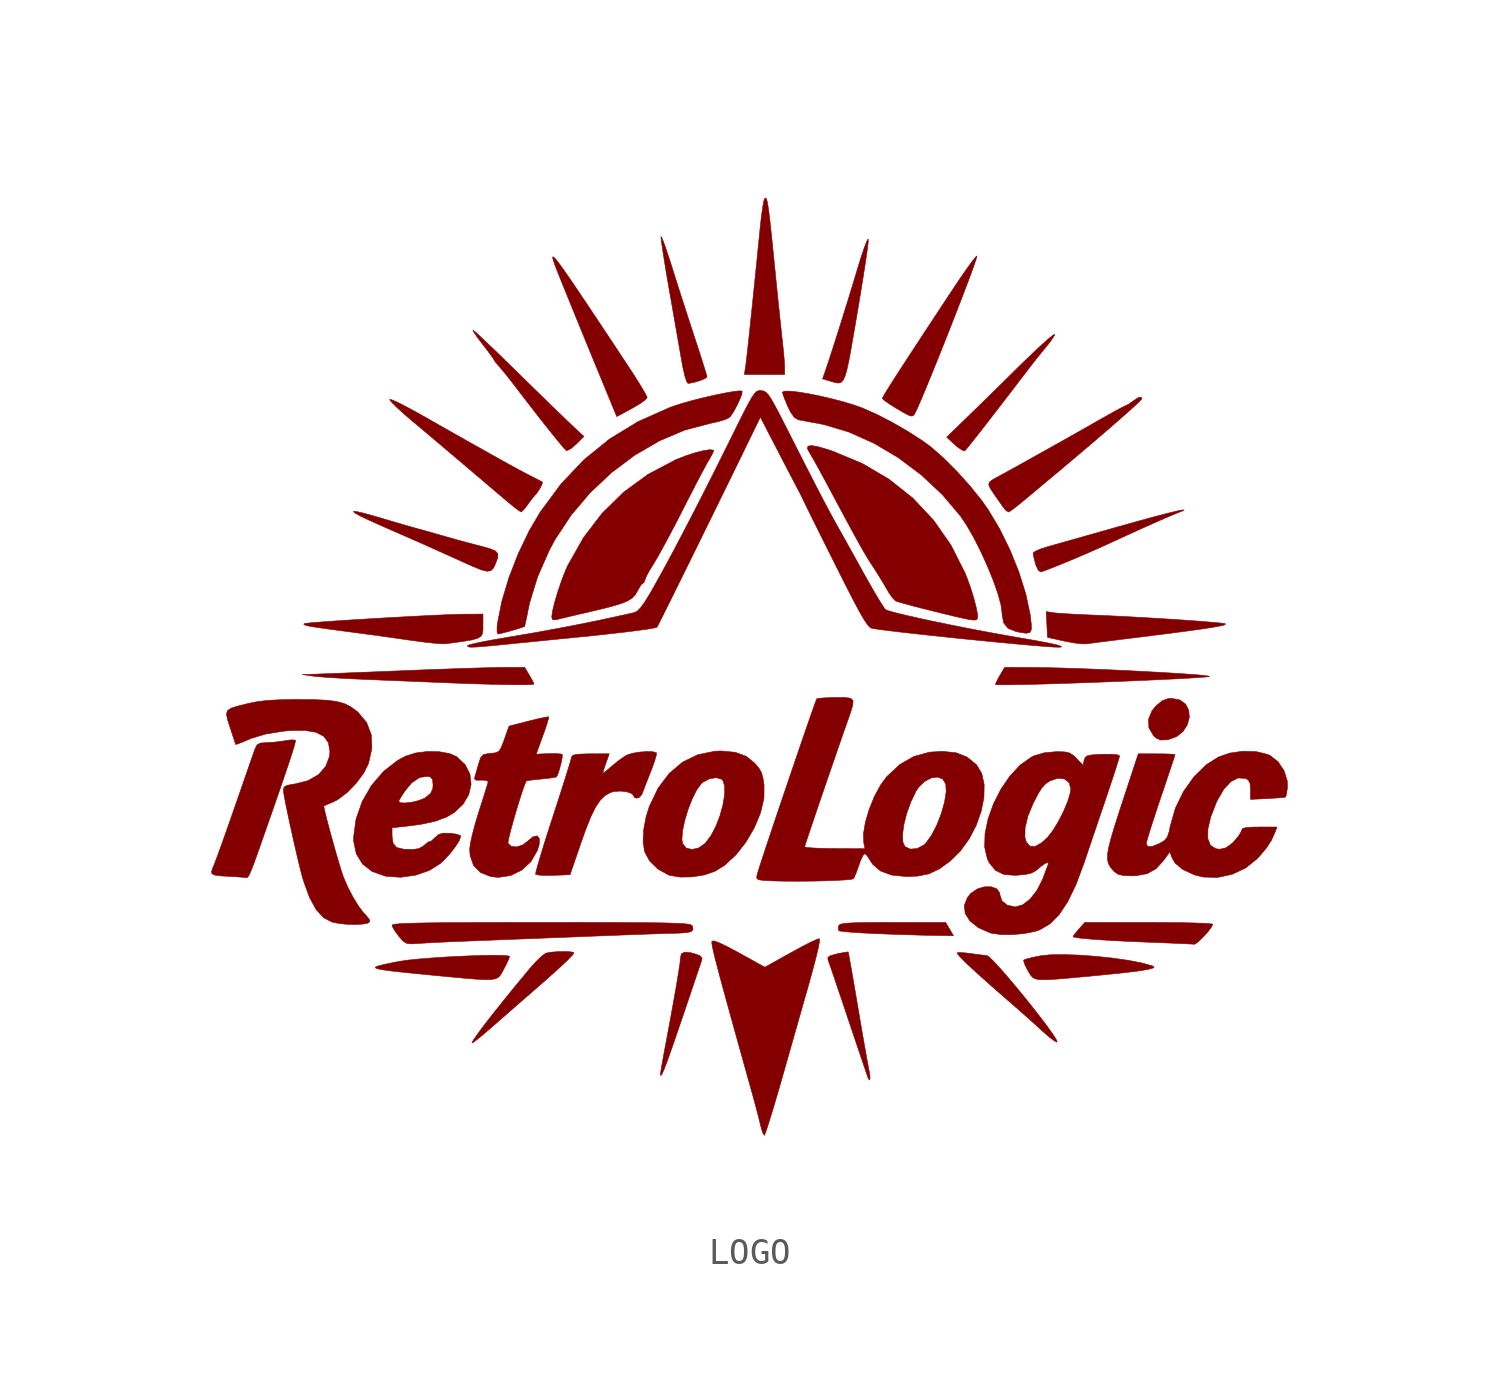
<source format=kicad_sym>
(kicad_symbol_lib
  (version 20220914)
  (generator "bitmap2component")
  (generator_version "9.0")
  (symbol "LOGO"
    (pin_names
      (offset 1.016))
    (property "Reference" "#G"
      (at 0 26.458 0)
      (effects (font (size 1.27 1.27)) hide))
    (symbol "LOGO_0_0"
      (polyline (pts (xy -0.009 -17.86) (xy 0.037 -17.746) (xy 0.121 -17.494) (xy 0.237 -17.125) (xy 0.378 -16.659) (xy 0.538 -16.115) (xy 0.71 -15.515) (xy 0.717 -15.491) (xy 0.9 -14.848) (xy 1.077 -14.224) (xy 1.242 -13.647) (xy 1.384 -13.146) (xy 1.497 -12.75) (xy 1.572 -12.488) (xy 1.605 -12.373) (xy 1.797 -11.687) (xy 1.943 -11.136) (xy 2.042 -10.727) (xy 2.091 -10.466) (xy 2.09 -10.359) (xy 2.078 -10.357) (xy 1.952 -10.402) (xy 1.715 -10.512) (xy 1.397 -10.676) (xy 1.024 -10.879) (xy 0.006 -11.446) (xy -0.992 -10.895) (xy -1.017 -10.881) (xy -1.457 -10.647) (xy -1.764 -10.501) (xy -1.948 -10.44) (xy -2.016 -10.46) (xy -2.018 -10.47) (xy -2.017 -10.529) (xy -2.003 -10.629) (xy -1.971 -10.782) (xy -1.921 -10.998) (xy -1.847 -11.289) (xy -1.748 -11.665) (xy -1.621 -12.138) (xy -1.462 -12.719) (xy -1.269 -13.419) (xy -1.039 -14.248) (xy -0.768 -15.219) (xy -0.455 -16.341) (xy -0.431 -16.428) (xy -0.325 -16.819) (xy -0.229 -17.188) (xy -0.162 -17.462) (xy -0.128 -17.6) (xy -0.064 -17.79) (xy -0.014 -17.864) (xy -0.009 -17.86)) (stroke (width 0.01) (type default)) (fill (type outline)))
      (polyline (pts (xy 4.019 -15.725) (xy 4.017 -15.587) (xy 3.979 -15.365) (xy 3.958 -15.26) (xy 3.907 -14.985) (xy 3.836 -14.589) (xy 3.75 -14.101) (xy 3.655 -13.546) (xy 3.554 -12.954) (xy 3.477 -12.502) (xy 3.387 -11.976) (xy 3.309 -11.527) (xy 3.247 -11.177) (xy 3.206 -10.949) (xy 3.188 -10.864) (xy 3.157 -10.865) (xy 3.003 -10.889) (xy 2.766 -10.936) (xy 2.747 -10.94) (xy 2.512 -11.003) (xy 2.412 -11.071) (xy 2.417 -11.163) (xy 2.453 -11.264) (xy 2.538 -11.507) (xy 2.66 -11.867) (xy 2.814 -12.321) (xy 2.992 -12.846) (xy 3.184 -13.42) (xy 3.363 -13.952) (xy 3.54 -14.479) (xy 3.694 -14.935) (xy 3.817 -15.297) (xy 3.901 -15.545) (xy 3.939 -15.654) (xy 3.989 -15.751) (xy 4.019 -15.725)) (stroke (width 0.01) (type default)) (fill (type outline)))
      (polyline (pts (xy -3.918 -15.523) (xy -3.844 -15.355) (xy -3.734 -15.069) (xy -3.585 -14.655) (xy -3.393 -14.101) (xy -3.152 -13.396) (xy -2.979 -12.886) (xy -2.801 -12.358) (xy -2.646 -11.898) (xy -2.522 -11.53) (xy -2.437 -11.277) (xy -2.398 -11.16) (xy -2.393 -11.089) (xy -2.479 -11.002) (xy -2.703 -10.924) (xy -2.825 -10.894) (xy -3.06 -10.871) (xy -3.183 -10.939) (xy -3.217 -11.11) (xy -3.217 -11.113) (xy -3.235 -11.293) (xy -3.285 -11.629) (xy -3.365 -12.112) (xy -3.474 -12.733) (xy -3.61 -13.482) (xy -3.772 -14.351) (xy -3.788 -14.434) (xy -3.863 -14.84) (xy -3.924 -15.18) (xy -3.965 -15.421) (xy -3.979 -15.529) (xy -3.979 -15.549) (xy -3.962 -15.584) (xy -3.918 -15.523)) (stroke (width 0.01) (type default)) (fill (type outline)))
      (polyline (pts (xy -11.119 -14.313) (xy -10.96 -14.193) (xy -10.724 -13.998) (xy -10.435 -13.75) (xy -10.185 -13.531) (xy -9.75 -13.151) (xy -9.297 -12.755) (xy -8.89 -12.402) (xy -8.309 -11.894) (xy -7.858 -11.489) (xy -7.537 -11.189) (xy -7.345 -10.992) (xy -7.281 -10.897) (xy -7.295 -10.882) (xy -7.424 -10.857) (xy -7.647 -10.847) (xy -7.91 -10.853) (xy -8.161 -10.874) (xy -8.346 -10.909) (xy -8.377 -10.924) (xy -8.534 -11.045) (xy -8.748 -11.255) (xy -8.981 -11.516) (xy -9.065 -11.618) (xy -9.564 -12.223) (xy -10.014 -12.777) (xy -10.405 -13.269) (xy -10.727 -13.684) (xy -10.97 -14.01) (xy -11.123 -14.233) (xy -11.176 -14.341) (xy -11.119 -14.313)) (stroke (width 0.01) (type default)) (fill (type outline)))
      (polyline (pts (xy 11.165 -14.294) (xy 11.116 -14.184) (xy 10.98 -13.975) (xy 10.774 -13.688) (xy 10.514 -13.345) (xy 10.216 -12.965) (xy 9.898 -12.568) (xy 9.576 -12.177) (xy 9.266 -11.809) (xy 8.986 -11.488) (xy 8.75 -11.232) (xy 8.577 -11.063) (xy 8.483 -11.001) (xy 8.393 -10.993) (xy 8.161 -10.966) (xy 7.874 -10.926) (xy 7.681 -10.902) (xy 7.46 -10.885) (xy 7.349 -10.893) (xy 7.358 -10.934) (xy 7.481 -11.08) (xy 7.732 -11.329) (xy 8.114 -11.681) (xy 8.625 -12.138) (xy 9.269 -12.7) (xy 9.337 -12.759) (xy 9.715 -13.09) (xy 10.081 -13.414) (xy 10.397 -13.697) (xy 10.623 -13.905) (xy 10.625 -13.906) (xy 10.853 -14.108) (xy 11.043 -14.251) (xy 11.155 -14.307) (xy 11.165 -14.294)) (stroke (width 0.01) (type default)) (fill (type outline)))
      (polyline (pts (xy -10.454 -11.918) (xy -10.289 -11.892) (xy -10.177 -11.842) (xy -10.099 -11.765) (xy -10.034 -11.66) (xy -9.962 -11.524) (xy -9.871 -11.352) (xy -9.774 -11.147) (xy -9.737 -11.037) (xy -9.786 -11.015) (xy -9.98 -10.997) (xy -10.294 -10.991) (xy -10.702 -10.996) (xy -11.177 -11.01) (xy -11.692 -11.031) (xy -12.22 -11.06) (xy -12.735 -11.095) (xy -13.209 -11.134) (xy -13.616 -11.176) (xy -13.928 -11.221) (xy -14.174 -11.267) (xy -14.5 -11.335) (xy -14.738 -11.395) (xy -14.848 -11.436) (xy -14.861 -11.454) (xy -14.835 -11.485) (xy -14.736 -11.517) (xy -14.546 -11.551) (xy -14.251 -11.591) (xy -13.834 -11.637) (xy -13.28 -11.694) (xy -12.573 -11.762) (xy -12.049 -11.812) (xy -11.47 -11.866) (xy -11.024 -11.903) (xy -10.692 -11.921) (xy -10.454 -11.918)) (stroke (width 0.01) (type default)) (fill (type outline)))
      (polyline (pts (xy 10.987 -11.913) (xy 11.396 -11.881) (xy 11.934 -11.832) (xy 12.62 -11.768) (xy 13.057 -11.726) (xy 13.719 -11.657) (xy 14.224 -11.596) (xy 14.578 -11.541) (xy 14.79 -11.492) (xy 14.867 -11.446) (xy 14.817 -11.404) (xy 14.79 -11.394) (xy 14.393 -11.284) (xy 13.875 -11.184) (xy 13.277 -11.098) (xy 12.64 -11.031) (xy 12.004 -10.984) (xy 11.411 -10.964) (xy 10.901 -10.972) (xy 10.515 -11.013) (xy 10.223 -11.073) (xy 9.998 -11.13) (xy 9.891 -11.169) (xy 9.885 -11.209) (xy 9.935 -11.362) (xy 10.048 -11.578) (xy 10.095 -11.66) (xy 10.159 -11.762) (xy 10.23 -11.839) (xy 10.328 -11.89) (xy 10.473 -11.919) (xy 10.686 -11.926) (xy 10.987 -11.913)) (stroke (width 0.01) (type default)) (fill (type outline)))
      (polyline (pts (xy -13.225 -10.541) (xy -13.177 -10.538) (xy -12.88 -10.519) (xy -12.473 -10.498) (xy -12.002 -10.476) (xy -11.515 -10.456) (xy -11.261 -10.446) (xy -10.778 -10.427) (xy -10.178 -10.404) (xy -9.489 -10.377) (xy -8.742 -10.348) (xy -7.968 -10.317) (xy -7.197 -10.287) (xy -6.564 -10.262) (xy -5.846 -10.234) (xy -5.175 -10.209) (xy -4.575 -10.187) (xy -4.071 -10.17) (xy -3.687 -10.157) (xy -3.448 -10.151) (xy -3.219 -10.144) (xy -2.937 -10.121) (xy -2.784 -10.075) (xy -2.733 -9.995) (xy -2.76 -9.871) (xy -2.774 -9.852) (xy -2.818 -9.828) (xy -2.902 -9.807) (xy -3.037 -9.79) (xy -3.236 -9.776) (xy -3.51 -9.765) (xy -3.87 -9.755) (xy -4.329 -9.749) (xy -4.899 -9.744) (xy -5.591 -9.74) (xy -6.417 -9.738) (xy -7.389 -9.737) (xy -8.518 -9.737) (xy -8.522 -9.737) (xy -9.682 -9.737) (xy -10.683 -9.739) (xy -11.535 -9.742) (xy -12.249 -9.747) (xy -12.835 -9.754) (xy -13.302 -9.763) (xy -13.661 -9.774) (xy -13.923 -9.787) (xy -14.097 -9.803) (xy -14.194 -9.822) (xy -14.224 -9.844) (xy -14.211 -9.893) (xy -14.118 -10.059) (xy -13.965 -10.266) (xy -13.961 -10.271) (xy -13.807 -10.446) (xy -13.675 -10.533) (xy -13.502 -10.557) (xy -13.225 -10.541)) (stroke (width 0.01) (type default)) (fill (type outline)))
      (polyline (pts (xy 16.431 -10.561) (xy 16.563 -10.463) (xy 16.737 -10.294) (xy 16.913 -10.098) (xy 17.048 -9.921) (xy 17.103 -9.806) (xy 17.098 -9.802) (xy 16.979 -9.784) (xy 16.718 -9.769) (xy 16.334 -9.756) (xy 15.849 -9.745) (xy 15.285 -9.739) (xy 14.661 -9.737) (xy 12.22 -9.737) (xy 11.994 -9.99) (xy 11.946 -10.044) (xy 11.819 -10.199) (xy 11.769 -10.279) (xy 11.783 -10.291) (xy 11.931 -10.323) (xy 12.229 -10.357) (xy 12.663 -10.391) (xy 13.22 -10.427) (xy 13.886 -10.461) (xy 14.647 -10.493) (xy 14.7 -10.495) (xy 15.211 -10.515) (xy 15.665 -10.534) (xy 16.032 -10.55) (xy 16.285 -10.563) (xy 16.398 -10.57) (xy 16.431 -10.561)) (stroke (width 0.01) (type default)) (fill (type outline)))
      (polyline (pts (xy 7.056 -9.991) (xy 6.906 -9.737) (xy 4.89 -9.737) (xy 4.761 -9.737) (xy 4.144 -9.738) (xy 3.674 -9.744) (xy 3.329 -9.754) (xy 3.092 -9.77) (xy 2.942 -9.793) (xy 2.859 -9.825) (xy 2.823 -9.867) (xy 2.806 -9.937) (xy 2.827 -10.052) (xy 2.859 -10.063) (xy 3.033 -10.087) (xy 3.331 -10.113) (xy 3.72 -10.139) (xy 4.171 -10.161) (xy 4.266 -10.165) (xy 4.819 -10.187) (xy 5.39 -10.206) (xy 5.915 -10.222) (xy 6.334 -10.231) (xy 7.206 -10.245) (xy 7.056 -9.991)) (stroke (width 0.01) (type default)) (fill (type outline)))
      (polyline (pts (xy 9.92 -10.16) (xy 10.34 -10.075) (xy 10.498 -10.021) (xy 10.884 -9.795) (xy 11.239 -9.44) (xy 11.568 -8.944) (xy 11.88 -8.298) (xy 12.181 -7.493) (xy 12.287 -7.18) (xy 12.436 -6.737) (xy 12.613 -6.215) (xy 12.803 -5.655) (xy 12.992 -5.097) (xy 13.03 -4.985) (xy 13.194 -4.496) (xy 13.336 -4.066) (xy 13.447 -3.719) (xy 13.521 -3.482) (xy 13.547 -3.379) (xy 13.546 -3.377) (xy 13.461 -3.337) (xy 13.235 -3.317) (xy 12.894 -3.32) (xy 12.739 -3.326) (xy 12.466 -3.345) (xy 12.31 -3.38) (xy 12.232 -3.441) (xy 12.195 -3.54) (xy 12.149 -3.736) (xy 11.901 -3.477) (xy 11.784 -3.363) (xy 11.633 -3.268) (xy 11.439 -3.227) (xy 11.139 -3.219) (xy 10.67 -3.263) (xy 10.27 -3.382) (xy 10.173 -3.43) (xy 9.751 -3.731) (xy 9.361 -4.148) (xy 9.018 -4.649) (xy 8.735 -5.203) (xy 8.528 -5.778) (xy 8.41 -6.342) (xy 8.406 -6.487) (xy 9.932 -6.487) (xy 9.938 -6.125) (xy 10.044 -5.686) (xy 10.243 -5.201) (xy 10.259 -5.168) (xy 10.44 -4.821) (xy 10.588 -4.59) (xy 10.73 -4.44) (xy 10.895 -4.332) (xy 11.184 -4.235) (xy 11.439 -4.26) (xy 11.617 -4.398) (xy 11.684 -4.637) (xy 11.667 -4.78) (xy 11.572 -5.102) (xy 11.415 -5.483) (xy 11.217 -5.873) (xy 11.003 -6.225) (xy 10.797 -6.489) (xy 10.579 -6.691) (xy 10.322 -6.838) (xy 10.121 -6.825) (xy 9.978 -6.653) (xy 9.932 -6.487) (xy 8.406 -6.487) (xy 8.395 -6.864) (xy 8.499 -7.312) (xy 8.565 -7.451) (xy 8.806 -7.75) (xy 9.135 -7.91) (xy 9.566 -7.939) (xy 9.67 -7.932) (xy 9.974 -7.902) (xy 10.177 -7.855) (xy 10.332 -7.774) (xy 10.495 -7.641) (xy 10.544 -7.599) (xy 10.711 -7.482) (xy 10.815 -7.451) (xy 10.823 -7.516) (xy 10.796 -7.587) (xy 10.722 -7.781) (xy 10.626 -8.042) (xy 10.601 -8.105) (xy 10.39 -8.518) (xy 10.129 -8.848) (xy 9.846 -9.065) (xy 9.566 -9.144) (xy 9.545 -9.144) (xy 9.254 -9.076) (xy 9.051 -8.909) (xy 8.975 -8.674) (xy 8.964 -8.597) (xy 8.848 -8.448) (xy 8.637 -8.375) (xy 8.376 -8.379) (xy 8.105 -8.464) (xy 7.867 -8.63) (xy 7.739 -8.784) (xy 7.619 -9.089) (xy 7.653 -9.394) (xy 7.832 -9.681) (xy 8.148 -9.933) (xy 8.592 -10.132) (xy 8.658 -10.151) (xy 9.016 -10.2) (xy 9.458 -10.202) (xy 9.92 -10.16)) (stroke (width 0.01) (type default)) (fill (type outline)))
      (polyline (pts (xy -15.349 -9.802) (xy -15.148 -9.765) (xy -15.071 -9.705) (xy -15.097 -9.616) (xy -15.212 -9.472) (xy -15.304 -9.38) (xy -15.502 -9.116) (xy -15.715 -8.769) (xy -15.916 -8.385) (xy -16.076 -8.013) (xy -16.078 -8.008) (xy -16.152 -7.788) (xy -16.249 -7.473) (xy -16.36 -7.093) (xy -16.476 -6.683) (xy -16.589 -6.274) (xy -16.689 -5.898) (xy -16.768 -5.587) (xy -16.816 -5.375) (xy -16.826 -5.292) (xy -16.8 -5.281) (xy -16.66 -5.219) (xy -16.441 -5.124) (xy -16.285 -5.042) (xy -15.933 -4.774) (xy -15.591 -4.423) (xy -15.305 -4.038) (xy -15.122 -3.671) (xy -14.994 -3.101) (xy -15.016 -2.575) (xy -15.191 -2.112) (xy -15.517 -1.722) (xy -15.598 -1.652) (xy -15.818 -1.495) (xy -16.055 -1.381) (xy -16.339 -1.304) (xy -16.701 -1.257) (xy -17.171 -1.234) (xy -17.78 -1.228) (xy -17.991 -1.228) (xy -18.56 -1.24) (xy -19.015 -1.268) (xy -19.394 -1.315) (xy -19.739 -1.386) (xy -20.109 -1.478) (xy -20.368 -1.56) (xy -20.506 -1.653) (xy -20.544 -1.789) (xy -20.503 -1.995) (xy -20.405 -2.301) (xy -20.383 -2.367) (xy -20.289 -2.652) (xy -20.22 -2.858) (xy -20.19 -2.943) (xy -20.12 -2.926) (xy -19.936 -2.855) (xy -19.68 -2.746) (xy -19.591 -2.709) (xy -19.048 -2.547) (xy -18.388 -2.44) (xy -18.123 -2.415) (xy -17.552 -2.408) (xy -17.121 -2.481) (xy -16.823 -2.638) (xy -16.651 -2.881) (xy -16.595 -3.215) (xy -16.61 -3.396) (xy -16.753 -3.78) (xy -17.033 -4.096) (xy -17.429 -4.325) (xy -17.923 -4.451) (xy -18.019 -4.463) (xy -18.242 -4.509) (xy -18.347 -4.574) (xy -18.373 -4.68) (xy -18.372 -4.689) (xy -18.35 -4.851) (xy -18.296 -5.14) (xy -18.218 -5.526) (xy -18.122 -5.974) (xy -18.017 -6.454) (xy -17.909 -6.931) (xy -17.805 -7.375) (xy -17.713 -7.752) (xy -17.639 -8.03) (xy -17.599 -8.164) (xy -17.373 -8.787) (xy -17.119 -9.25) (xy -16.832 -9.56) (xy -16.51 -9.725) (xy -16.274 -9.773) (xy -15.956 -9.807) (xy -15.633 -9.816) (xy -15.349 -9.802)) (stroke (width 0.01) (type default)) (fill (type outline)))
      (polyline (pts (xy 1.8 -8.161) (xy 2.271 -8.15) (xy 2.695 -8.136) (xy 3.043 -8.117) (xy 3.284 -8.095) (xy 3.386 -8.071) (xy 3.423 -8.008) (xy 3.503 -7.816) (xy 3.595 -7.556) (xy 3.66 -7.375) (xy 3.749 -7.186) (xy 3.815 -7.112) (xy 3.819 -7.112) (xy 3.909 -7.188) (xy 4.016 -7.356) (xy 4.115 -7.511) (xy 4.422 -7.775) (xy 4.855 -7.933) (xy 5.419 -7.987) (xy 5.843 -7.969) (xy 6.274 -7.88) (xy 6.667 -7.695) (xy 7.087 -7.39) (xy 7.465 -7.017) (xy 7.805 -6.548) (xy 8.074 -6.031) (xy 8.264 -5.495) (xy 8.368 -4.966) (xy 8.377 -4.475) (xy 8.285 -4.05) (xy 8.083 -3.718) (xy 7.73 -3.429) (xy 7.305 -3.261) (xy 6.778 -3.206) (xy 6.287 -3.239) (xy 5.694 -3.401) (xy 5.159 -3.708) (xy 4.657 -4.174) (xy 4.413 -4.508) (xy 4.182 -4.942) (xy 3.988 -5.424) (xy 3.845 -5.907) (xy 3.771 -6.345) (xy 3.772 -6.379) (xy 5.262 -6.379) (xy 5.312 -6.002) (xy 5.42 -5.577) (xy 5.578 -5.139) (xy 5.779 -4.723) (xy 5.876 -4.577) (xy 6.105 -4.354) (xy 6.358 -4.223) (xy 6.6 -4.191) (xy 6.796 -4.266) (xy 6.911 -4.456) (xy 6.927 -4.741) (xy 6.867 -5.133) (xy 6.743 -5.573) (xy 6.572 -6.015) (xy 6.368 -6.41) (xy 6.149 -6.712) (xy 6.068 -6.786) (xy 5.816 -6.918) (xy 5.557 -6.939) (xy 5.351 -6.841) (xy 5.275 -6.673) (xy 5.262 -6.379) (xy 3.772 -6.379) (xy 3.781 -6.692) (xy 3.827 -6.924) (xy 2.676 -6.918) (xy 2.551 -6.917) (xy 2.148 -6.909) (xy 1.822 -6.894) (xy 1.603 -6.875) (xy 1.524 -6.853) (xy 1.548 -6.769) (xy 1.621 -6.545) (xy 1.735 -6.205) (xy 1.882 -5.77) (xy 2.054 -5.262) (xy 2.245 -4.703) (xy 2.447 -4.115) (xy 2.652 -3.52) (xy 2.852 -2.94) (xy 3.041 -2.397) (xy 3.211 -1.913) (xy 3.272 -1.738) (xy 3.363 -1.444) (xy 3.372 -1.268) (xy 3.278 -1.18) (xy 3.063 -1.151) (xy 2.708 -1.151) (xy 2.617 -1.153) (xy 2.31 -1.164) (xy 2.086 -1.182) (xy 1.987 -1.202) (xy 1.982 -1.211) (xy 1.934 -1.337) (xy 1.841 -1.598) (xy 1.71 -1.972) (xy 1.548 -2.441) (xy 1.362 -2.982) (xy 1.159 -3.576) (xy 0.946 -4.201) (xy 0.73 -4.838) (xy 0.518 -5.466) (xy 0.316 -6.064) (xy 0.133 -6.612) (xy -0.025 -7.089) (xy -0.152 -7.475) (xy -0.24 -7.749) (xy -0.283 -7.891) (xy -0.295 -7.939) (xy -0.305 -8.044) (xy -0.251 -8.101) (xy -0.098 -8.129) (xy 0.19 -8.147) (xy 0.426 -8.156) (xy 0.847 -8.164) (xy 1.316 -8.165) (xy 1.8 -8.161)) (stroke (width 0.01) (type default)) (fill (type outline)))
      (polyline (pts (xy -19.731 -8.008) (xy -19.679 -7.931) (xy -19.61 -7.779) (xy -19.513 -7.531) (xy -19.38 -7.164) (xy -19.201 -6.659) (xy -19.182 -6.603) (xy -18.851 -5.658) (xy -18.574 -4.863) (xy -18.35 -4.211) (xy -18.175 -3.692) (xy -18.046 -3.298) (xy -17.961 -3.022) (xy -17.917 -2.854) (xy -17.911 -2.787) (xy -17.934 -2.775) (xy -18.08 -2.77) (xy -18.307 -2.801) (xy -18.353 -2.81) (xy -18.694 -2.855) (xy -19.021 -2.875) (xy -19.25 -2.892) (xy -19.377 -2.96) (xy -19.454 -3.111) (xy -19.485 -3.2) (xy -19.57 -3.442) (xy -19.695 -3.802) (xy -19.852 -4.254) (xy -20.032 -4.773) (xy -20.227 -5.334) (xy -20.366 -5.733) (xy -20.556 -6.273) (xy -20.727 -6.755) (xy -20.872 -7.155) (xy -20.98 -7.445) (xy -21.042 -7.601) (xy -21.057 -7.635) (xy -21.111 -7.783) (xy -21.099 -7.876) (xy -20.994 -7.93) (xy -20.771 -7.961) (xy -20.405 -7.983) (xy -20.132 -7.998) (xy -19.905 -8.015) (xy -19.796 -8.027) (xy -19.774 -8.03) (xy -19.731 -8.008)) (stroke (width 0.01) (type default)) (fill (type outline)))
      (polyline (pts (xy -13.329 -7.935) (xy -12.803 -7.754) (xy -12.371 -7.482) (xy -12.239 -7.359) (xy -12.007 -7.106) (xy -11.802 -6.841) (xy -11.655 -6.606) (xy -11.599 -6.445) (xy -11.622 -6.417) (xy -11.767 -6.368) (xy -12.002 -6.335) (xy -12.003 -6.335) (xy -12.271 -6.329) (xy -12.445 -6.38) (xy -12.594 -6.508) (xy -12.616 -6.531) (xy -12.736 -6.641) (xy -12.785 -6.655) (xy -12.785 -6.653) (xy -12.841 -6.667) (xy -12.97 -6.77) (xy -13.038 -6.828) (xy -13.205 -6.919) (xy -13.426 -6.953) (xy -13.758 -6.944) (xy -13.782 -6.942) (xy -14.047 -6.878) (xy -14.184 -6.721) (xy -14.224 -6.44) (xy -14.224 -6.127) (xy -13.409 -6.032) (xy -13.13 -5.994) (xy -12.574 -5.876) (xy -12.135 -5.711) (xy -11.862 -5.551) (xy -11.516 -5.23) (xy -11.296 -4.859) (xy -11.206 -4.465) (xy -11.251 -4.074) (xy -11.434 -3.713) (xy -11.76 -3.409) (xy -12.019 -3.295) (xy -12.418 -3.222) (xy -12.869 -3.212) (xy -13.317 -3.268) (xy -13.704 -3.388) (xy -14.013 -3.554) (xy -14.551 -3.974) (xy -15.008 -4.509) (xy -15.359 -5.116) (xy -13.97 -5.116) (xy -13.954 -5.075) (xy -13.865 -4.924) (xy -13.725 -4.712) (xy -13.476 -4.411) (xy -13.17 -4.203) (xy -12.861 -4.162) (xy -12.761 -4.187) (xy -12.678 -4.279) (xy -12.658 -4.484) (xy -12.668 -4.631) (xy -12.749 -4.807) (xy -12.945 -4.971) (xy -12.999 -5.003) (xy -13.215 -5.088) (xy -13.47 -5.148) (xy -13.715 -5.178) (xy -13.898 -5.17) (xy -13.97 -5.116) (xy -15.359 -5.116) (xy -15.364 -5.125) (xy -15.599 -5.792) (xy -15.691 -6.477) (xy -15.689 -6.635) (xy -15.588 -7.12) (xy -15.35 -7.509) (xy -14.981 -7.794) (xy -14.485 -7.968) (xy -14.448 -7.976) (xy -13.896 -8.013) (xy -13.329 -7.935)) (stroke (width 0.01) (type default)) (fill (type outline)))
      (polyline (pts (xy -9.702 -7.95) (xy -9.274 -7.742) (xy -8.92 -7.415) (xy -8.675 -6.987) (xy -8.608 -6.765) (xy -8.599 -6.538) (xy -8.681 -6.433) (xy -8.84 -6.465) (xy -9.059 -6.646) (xy -9.24 -6.782) (xy -9.47 -6.855) (xy -9.673 -6.834) (xy -9.796 -6.716) (xy -9.796 -6.672) (xy -9.761 -6.488) (xy -9.689 -6.201) (xy -9.591 -5.845) (xy -9.479 -5.459) (xy -9.363 -5.079) (xy -9.254 -4.741) (xy -9.162 -4.481) (xy -9.098 -4.337) (xy -9.024 -4.32) (xy -8.823 -4.294) (xy -8.543 -4.266) (xy -8.28 -4.239) (xy -8.055 -4.209) (xy -7.949 -4.185) (xy -7.898 -4.089) (xy -7.833 -3.891) (xy -7.771 -3.655) (xy -7.729 -3.447) (xy -7.725 -3.331) (xy -7.782 -3.308) (xy -7.969 -3.292) (xy -8.235 -3.294) (xy -8.723 -3.314) (xy -8.469 -2.616) (xy -8.417 -2.474) (xy -8.319 -2.184) (xy -8.256 -1.976) (xy -8.242 -1.89) (xy -8.267 -1.889) (xy -8.422 -1.915) (xy -8.684 -1.972) (xy -9.014 -2.053) (xy -9.758 -2.244) (xy -9.938 -2.752) (xy -9.972 -2.848) (xy -10.066 -3.084) (xy -10.154 -3.21) (xy -10.274 -3.264) (xy -10.465 -3.285) (xy -10.567 -3.294) (xy -10.742 -3.335) (xy -10.839 -3.443) (xy -10.915 -3.666) (xy -10.938 -3.746) (xy -11.011 -3.999) (xy -11.062 -4.177) (xy -11.075 -4.259) (xy -11.013 -4.31) (xy -10.824 -4.307) (xy -10.793 -4.304) (xy -10.618 -4.315) (xy -10.553 -4.363) (xy -10.555 -4.373) (xy -10.594 -4.511) (xy -10.674 -4.769) (xy -10.783 -5.117) (xy -10.913 -5.521) (xy -10.928 -5.567) (xy -11.057 -6) (xy -11.163 -6.402) (xy -11.235 -6.731) (xy -11.261 -6.943) (xy -11.242 -7.195) (xy -11.108 -7.569) (xy -10.847 -7.833) (xy -10.456 -7.987) (xy -10.171 -8.019) (xy -9.702 -7.95)) (stroke (width 0.01) (type default)) (fill (type outline)))
      (polyline (pts (xy -2.765 -7.999) (xy -2.297 -7.923) (xy -1.894 -7.784) (xy -1.525 -7.554) (xy -1.097 -7.157) (xy -0.712 -6.668) (xy -0.393 -6.121) (xy -0.158 -5.553) (xy -0.028 -5) (xy -0.024 -4.497) (xy -0.068 -4.217) (xy -0.124 -4.017) (xy -0.215 -3.856) (xy -0.371 -3.669) (xy -0.7 -3.4) (xy -1.124 -3.243) (xy -1.664 -3.193) (xy -1.896 -3.202) (xy -2.547 -3.333) (xy -3.131 -3.616) (xy -3.641 -4.045) (xy -4.068 -4.612) (xy -4.405 -5.314) (xy -4.527 -5.703) (xy -4.621 -6.208) (xy -4.636 -6.559) (xy -3.16 -6.559) (xy -3.134 -6.237) (xy -3.051 -5.844) (xy -2.924 -5.424) (xy -2.767 -5.02) (xy -2.594 -4.677) (xy -2.418 -4.438) (xy -2.353 -4.382) (xy -2.108 -4.255) (xy -1.848 -4.213) (xy -1.644 -4.27) (xy -1.591 -4.329) (xy -1.527 -4.552) (xy -1.531 -4.872) (xy -1.595 -5.256) (xy -1.709 -5.666) (xy -1.864 -6.069) (xy -2.052 -6.428) (xy -2.264 -6.71) (xy -2.272 -6.718) (xy -2.518 -6.893) (xy -2.773 -6.954) (xy -2.993 -6.899) (xy -3.134 -6.729) (xy -3.16 -6.559) (xy -4.636 -6.559) (xy -4.641 -6.672) (xy -4.581 -7.043) (xy -4.397 -7.385) (xy -4.077 -7.702) (xy -3.671 -7.925) (xy -3.622 -7.942) (xy -3.229 -8.007) (xy -2.765 -7.999)) (stroke (width 0.01) (type default)) (fill (type outline)))
      (polyline (pts (xy 17.839 -7.902) (xy 18.358 -7.66) (xy 18.796 -7.306) (xy 18.89 -7.205) (xy 19.156 -6.889) (xy 19.338 -6.607) (xy 19.476 -6.302) (xy 19.554 -6.096) (xy 18.879 -6.096) (xy 18.622 -6.099) (xy 18.37 -6.117) (xy 18.24 -6.154) (xy 18.203 -6.217) (xy 18.188 -6.272) (xy 18.085 -6.44) (xy 17.918 -6.64) (xy 17.836 -6.723) (xy 17.602 -6.892) (xy 17.37 -6.943) (xy 17.221 -6.925) (xy 17.015 -6.793) (xy 16.913 -6.541) (xy 16.915 -6.179) (xy 17.023 -5.717) (xy 17.237 -5.163) (xy 17.267 -5.097) (xy 17.52 -4.658) (xy 17.791 -4.364) (xy 18.072 -4.222) (xy 18.352 -4.242) (xy 18.46 -4.303) (xy 18.526 -4.433) (xy 18.542 -4.677) (xy 18.542 -5.041) (xy 19.198 -5.009) (xy 19.271 -5.005) (xy 19.573 -4.986) (xy 19.791 -4.967) (xy 19.883 -4.951) (xy 19.889 -4.94) (xy 19.919 -4.814) (xy 19.951 -4.6) (xy 19.947 -4.339) (xy 19.826 -3.95) (xy 19.597 -3.607) (xy 19.291 -3.366) (xy 19.191 -3.322) (xy 18.761 -3.218) (xy 18.264 -3.202) (xy 17.762 -3.271) (xy 17.317 -3.424) (xy 16.856 -3.718) (xy 16.384 -4.179) (xy 15.982 -4.745) (xy 15.673 -5.384) (xy 15.479 -6.065) (xy 15.44 -6.261) (xy 15.37 -6.473) (xy 15.267 -6.605) (xy 15.098 -6.71) (xy 14.804 -6.833) (xy 14.623 -6.841) (xy 14.563 -6.732) (xy 14.564 -6.722) (xy 14.599 -6.579) (xy 14.68 -6.307) (xy 14.799 -5.933) (xy 14.945 -5.483) (xy 15.113 -4.982) (xy 15.151 -4.871) (xy 15.314 -4.389) (xy 15.454 -3.969) (xy 15.565 -3.637) (xy 15.637 -3.416) (xy 15.663 -3.331) (xy 15.653 -3.326) (xy 15.526 -3.314) (xy 15.282 -3.305) (xy 14.961 -3.302) (xy 14.259 -3.302) (xy 13.637 -5.196) (xy 13.559 -5.433) (xy 13.366 -6.034) (xy 13.225 -6.503) (xy 13.132 -6.863) (xy 13.086 -7.135) (xy 13.084 -7.34) (xy 13.123 -7.499) (xy 13.201 -7.635) (xy 13.314 -7.768) (xy 13.338 -7.794) (xy 13.482 -7.896) (xy 13.68 -7.946) (xy 13.989 -7.959) (xy 14.18 -7.953) (xy 14.604 -7.874) (xy 14.938 -7.687) (xy 15.226 -7.371) (xy 15.463 -7.044) (xy 15.553 -7.281) (xy 15.662 -7.47) (xy 15.954 -7.715) (xy 16.405 -7.923) (xy 16.726 -8.004) (xy 17.28 -8.021) (xy 17.839 -7.902)) (stroke (width 0.01) (type default)) (fill (type outline)))
      (polyline (pts (xy -8.068 -7.941) (xy -7.43 -7.916) (xy -7.008 -6.689) (xy -6.838 -6.21) (xy -6.64 -5.713) (xy -6.458 -5.342) (xy -6.28 -5.077) (xy -6.093 -4.896) (xy -5.885 -4.778) (xy -5.752 -4.74) (xy -5.504 -4.724) (xy -5.258 -4.753) (xy -5.07 -4.819) (xy -4.995 -4.915) (xy -4.986 -4.956) (xy -4.897 -4.997) (xy -4.774 -4.955) (xy -4.686 -4.847) (xy -4.672 -4.81) (xy -4.6 -4.62) (xy -4.49 -4.337) (xy -4.359 -4.005) (xy -4.303 -3.862) (xy -4.2 -3.571) (xy -4.138 -3.359) (xy -4.13 -3.264) (xy -4.262 -3.223) (xy -4.5 -3.215) (xy -4.785 -3.236) (xy -5.058 -3.283) (xy -5.259 -3.349) (xy -5.354 -3.405) (xy -5.6 -3.578) (xy -5.847 -3.782) (xy -5.981 -3.899) (xy -6.125 -4.014) (xy -6.181 -4.042) (xy -6.176 -4.019) (xy -6.133 -3.873) (xy -6.057 -3.651) (xy -5.934 -3.302) (xy -6.65 -3.302) (xy -6.801 -3.303) (xy -7.127 -3.317) (xy -7.31 -3.352) (xy -7.367 -3.408) (xy -7.393 -3.512) (xy -7.464 -3.755) (xy -7.575 -4.114) (xy -7.719 -4.569) (xy -7.888 -5.096) (xy -8.075 -5.673) (xy -8.076 -5.675) (xy -8.262 -6.249) (xy -8.427 -6.77) (xy -8.564 -7.218) (xy -8.667 -7.569) (xy -8.729 -7.803) (xy -8.744 -7.899) (xy -8.738 -7.904) (xy -8.617 -7.931) (xy -8.379 -7.944) (xy -8.068 -7.941)) (stroke (width 0.01) (type default)) (fill (type outline)))
      (polyline (pts (xy 15.352 -2.767) (xy 15.398 -2.76) (xy 15.727 -2.643) (xy 15.974 -2.441) (xy 16.135 -2.186) (xy 16.207 -1.908) (xy 16.185 -1.638) (xy 16.067 -1.407) (xy 15.849 -1.246) (xy 15.528 -1.185) (xy 15.4 -1.194) (xy 15.173 -1.276) (xy 14.935 -1.473) (xy 14.784 -1.657) (xy 14.649 -1.986) (xy 14.666 -2.312) (xy 14.838 -2.606) (xy 14.933 -2.696) (xy 15.106 -2.774) (xy 15.352 -2.767)) (stroke (width 0.01) (type default)) (fill (type outline)))
      (polyline (pts (xy -9.119 -0.664) (xy -8.887 -0.656) (xy -8.805 -0.64) (xy -8.81 -0.623) (xy -8.872 -0.497) (xy -8.983 -0.301) (xy -9.161 0) (xy -9.935 -0.001) (xy -10.13 -0.004) (xy -10.513 -0.013) (xy -11.018 -0.027) (xy -11.622 -0.047) (xy -12.297 -0.07) (xy -13.017 -0.097) (xy -13.758 -0.127) (xy -14.385 -0.152) (xy -15.075 -0.18) (xy -15.71 -0.205) (xy -16.265 -0.227) (xy -16.718 -0.244) (xy -17.047 -0.257) (xy -17.23 -0.263) (xy -17.653 -0.275) (xy -17.23 -0.337) (xy -17.033 -0.358) (xy -16.689 -0.385) (xy -16.244 -0.413) (xy -15.735 -0.44) (xy -15.198 -0.464) (xy -14.866 -0.478) (xy -14.173 -0.506) (xy -13.444 -0.536) (xy -12.746 -0.565) (xy -12.15 -0.59) (xy -11.892 -0.6) (xy -11.184 -0.626) (xy -10.534 -0.645) (xy -9.961 -0.659) (xy -9.483 -0.665) (xy -9.119 -0.664)) (stroke (width 0.01) (type default)) (fill (type outline)))
      (polyline (pts (xy 9.339 -0.666) (xy 9.774 -0.659) (xy 10.305 -0.647) (xy 10.914 -0.63) (xy 11.581 -0.609) (xy 12.286 -0.585) (xy 13.01 -0.558) (xy 13.732 -0.53) (xy 14.433 -0.5) (xy 15.093 -0.47) (xy 15.693 -0.441) (xy 16.213 -0.412) (xy 16.633 -0.385) (xy 16.933 -0.36) (xy 16.973 -0.355) (xy 16.957 -0.337) (xy 16.797 -0.314) (xy 16.512 -0.286) (xy 16.12 -0.257) (xy 15.639 -0.225) (xy 15.088 -0.192) (xy 14.484 -0.159) (xy 13.846 -0.126) (xy 13.191 -0.096) (xy 12.539 -0.069) (xy 11.908 -0.045) (xy 11.314 -0.026) (xy 10.778 -0.013) (xy 10.316 -0.007) (xy 9.161 0) (xy 8.983 -0.301) (xy 8.943 -0.37) (xy 8.845 -0.555) (xy 8.805 -0.653) (xy 8.84 -0.661) (xy 9.021 -0.667) (xy 9.339 -0.666)) (stroke (width 0.01) (type default)) (fill (type outline)))
      (polyline (pts (xy 11.296 0.771) (xy 11.338 0.787) (xy 11.218 0.838) (xy 11.14 0.86) (xy 10.906 0.911) (xy 10.558 0.979) (xy 10.13 1.057) (xy 9.652 1.139) (xy 9.064 1.242) (xy 8.402 1.363) (xy 7.73 1.492) (xy 7.071 1.623) (xy 6.446 1.752) (xy 5.878 1.875) (xy 5.388 1.986) (xy 4.999 2.081) (xy 4.733 2.155) (xy 4.611 2.204) (xy 4.548 2.286) (xy 4.412 2.497) (xy 4.225 2.808) (xy 4.001 3.194) (xy 3.757 3.628) (xy 3.575 3.958) (xy 3.315 4.426) (xy 3.075 4.857) (xy 2.875 5.215) (xy 2.737 5.461) (xy 2.617 5.677) (xy 2.439 6.006) (xy 2.226 6.408) (xy 1.971 6.899) (xy 1.666 7.494) (xy 1.302 8.209) (xy 0.871 9.059) (xy 0.829 9.141) (xy 0.58 9.631) (xy 0.389 9.992) (xy 0.246 10.244) (xy 0.135 10.407) (xy 0.045 10.501) (xy -0.039 10.546) (xy -0.13 10.562) (xy -0.171 10.565) (xy -0.245 10.559) (xy -0.317 10.523) (xy -0.397 10.44) (xy -0.497 10.291) (xy -0.627 10.06) (xy -0.799 9.73) (xy -1.023 9.282) (xy -1.311 8.7) (xy -1.386 8.548) (xy -1.948 7.42) (xy -2.49 6.35) (xy -3.002 5.357) (xy -3.472 4.461) (xy -3.893 3.681) (xy -4.253 3.035) (xy -4.374 2.825) (xy -4.582 2.486) (xy -4.742 2.265) (xy -4.871 2.139) (xy -4.987 2.086) (xy -5.176 2.045) (xy -5.469 1.98) (xy -5.8 1.907) (xy -6.322 1.794) (xy -7.442 1.568) (xy -8.648 1.344) (xy -9.885 1.132) (xy -10.293 1.063) (xy -10.713 0.985) (xy -11.046 0.916) (xy -11.266 0.861) (xy -11.345 0.827) (xy -11.339 0.802) (xy -11.3 0.778) (xy -11.204 0.768) (xy -11.03 0.773) (xy -10.755 0.794) (xy -10.356 0.83) (xy -9.811 0.884) (xy -9.689 0.897) (xy -9.113 0.954) (xy -8.458 1.019) (xy -7.795 1.085) (xy -7.197 1.144) (xy -6.644 1.199) (xy -5.965 1.272) (xy -5.365 1.341) (xy -4.861 1.404) (xy -4.472 1.458) (xy -4.216 1.503) (xy -4.11 1.534) (xy -4.11 1.534) (xy -4.065 1.618) (xy -3.952 1.841) (xy -3.779 2.188) (xy -3.551 2.645) (xy -3.277 3.2) (xy -2.962 3.838) (xy -2.614 4.546) (xy -2.238 5.31) (xy -1.843 6.115) (xy -1.434 6.95) (xy -1.019 7.799) (xy -0.605 8.649) (xy -0.165 9.55) (xy 0.511 8.245) (xy 0.689 7.901) (xy 0.899 7.496) (xy 1.076 7.157) (xy 1.204 6.914) (xy 1.268 6.793) (xy 1.313 6.708) (xy 1.423 6.489) (xy 1.551 6.223) (xy 1.553 6.219) (xy 1.647 6.026) (xy 1.804 5.708) (xy 2.012 5.288) (xy 2.259 4.791) (xy 2.534 4.241) (xy 2.823 3.663) (xy 2.865 3.58) (xy 3.185 2.947) (xy 3.442 2.45) (xy 3.645 2.075) (xy 3.802 1.806) (xy 3.922 1.629) (xy 4.013 1.528) (xy 4.085 1.489) (xy 4.088 1.489) (xy 4.307 1.454) (xy 4.666 1.407) (xy 5.139 1.35) (xy 5.705 1.286) (xy 6.339 1.217) (xy 7.018 1.145) (xy 7.717 1.073) (xy 8.414 1.004) (xy 9.084 0.939) (xy 9.704 0.881) (xy 10.251 0.833) (xy 10.7 0.796) (xy 11.028 0.773) (xy 11.212 0.767) (xy 11.296 0.771)) (stroke (width 0.01) (type default)) (fill (type outline)))
      (polyline (pts (xy -11.973 0.926) (xy -11.509 0.99) (xy -11.181 1.045) (xy -10.965 1.105) (xy -10.837 1.179) (xy -10.775 1.28) (xy -10.754 1.418) (xy -10.753 1.607) (xy -10.753 2.032) (xy -11.409 2.029) (xy -11.519 2.028) (xy -11.854 2.018) (xy -12.295 2.001) (xy -12.819 1.977) (xy -13.404 1.947) (xy -14.025 1.913) (xy -14.661 1.877) (xy -15.288 1.84) (xy -15.883 1.803) (xy -16.424 1.767) (xy -16.887 1.734) (xy -17.25 1.705) (xy -17.489 1.682) (xy -17.582 1.665) (xy -17.591 1.639) (xy -17.549 1.612) (xy -17.434 1.581) (xy -17.229 1.544) (xy -16.914 1.497) (xy -16.469 1.436) (xy -15.875 1.357) (xy -15.744 1.34) (xy -15.154 1.261) (xy -14.533 1.176) (xy -13.947 1.094) (xy -13.462 1.024) (xy -13.444 1.022) (xy -13.022 0.965) (xy -12.645 0.922) (xy -12.355 0.898) (xy -12.192 0.897) (xy -11.973 0.926)) (stroke (width 0.01) (type default)) (fill (type outline)))
      (polyline (pts (xy 12.279 0.895) (xy 12.448 0.918) (xy 12.742 0.957) (xy 13.122 1.005) (xy 13.547 1.058) (xy 13.958 1.109) (xy 14.863 1.222) (xy 15.616 1.318) (xy 16.228 1.399) (xy 16.711 1.466) (xy 17.076 1.522) (xy 17.335 1.567) (xy 17.499 1.603) (xy 17.58 1.633) (xy 17.589 1.658) (xy 17.563 1.667) (xy 17.395 1.69) (xy 17.092 1.719) (xy 16.679 1.753) (xy 16.178 1.79) (xy 15.613 1.829) (xy 15.008 1.867) (xy 14.387 1.904) (xy 13.772 1.937) (xy 13.188 1.966) (xy 12.658 1.989) (xy 12.393 1.999) (xy 11.925 2.021) (xy 11.516 2.044) (xy 11.204 2.065) (xy 11.024 2.083) (xy 10.744 2.126) (xy 10.77 1.635) (xy 10.795 1.143) (xy 11.43 1.002) (xy 11.467 0.994) (xy 11.803 0.932) (xy 12.092 0.896) (xy 12.277 0.894) (xy 12.279 0.895)) (stroke (width 0.01) (type default)) (fill (type outline)))
      (polyline (pts (xy -10.126 1.279) (xy -9.947 1.323) (xy -9.704 1.389) (xy -9.456 1.462) (xy -9.258 1.524) (xy -9.167 1.559) (xy -9.164 1.564) (xy -9.136 1.676) (xy -9.086 1.904) (xy -9.026 2.207) (xy -8.972 2.463) (xy -8.669 3.453) (xy -8.212 4.489) (xy -8.001 4.88) (xy -7.389 5.806) (xy -6.664 6.662) (xy -5.846 7.432) (xy -4.958 8.098) (xy -4.019 8.644) (xy -3.051 9.055) (xy -2.074 9.312) (xy -2.071 9.313) (xy -1.755 9.383) (xy -1.496 9.463) (xy -1.348 9.536) (xy -1.295 9.595) (xy -1.175 9.777) (xy -1.049 10.012) (xy -0.938 10.251) (xy -0.868 10.444) (xy -0.862 10.542) (xy -0.948 10.553) (xy -1.17 10.53) (xy -1.492 10.474) (xy -1.882 10.395) (xy -2.306 10.299) (xy -2.73 10.192) (xy -3.121 10.084) (xy -3.445 9.98) (xy -3.647 9.907) (xy -4.833 9.379) (xy -5.912 8.721) (xy -6.891 7.929) (xy -7.773 7) (xy -8.566 5.928) (xy -8.984 5.218) (xy -9.406 4.341) (xy -9.762 3.424) (xy -10.034 2.517) (xy -10.201 1.672) (xy -10.215 1.536) (xy -10.214 1.345) (xy -10.181 1.27) (xy -10.126 1.279)) (stroke (width 0.01) (type default)) (fill (type outline)))
      (polyline (pts (xy 10.122 1.328) (xy 10.178 1.441) (xy 10.175 1.652) (xy 10.13 2.03) (xy 9.965 2.801) (xy 9.705 3.629) (xy 9.367 4.471) (xy 8.966 5.287) (xy 8.519 6.034) (xy 8.277 6.376) (xy 7.831 6.928) (xy 7.33 7.485) (xy 6.82 7.995) (xy 6.346 8.409) (xy 6.006 8.657) (xy 5.463 9.006) (xy 4.863 9.352) (xy 4.264 9.66) (xy 3.725 9.898) (xy 3.449 9.998) (xy 3.032 10.125) (xy 2.579 10.246) (xy 2.117 10.353) (xy 1.675 10.442) (xy 1.281 10.507) (xy 0.965 10.542) (xy 0.754 10.541) (xy 0.677 10.499) (xy 0.698 10.416) (xy 0.773 10.215) (xy 0.883 9.954) (xy 0.984 9.746) (xy 1.133 9.536) (xy 1.285 9.449) (xy 1.438 9.42) (xy 1.714 9.368) (xy 2.032 9.311) (xy 2.264 9.264) (xy 3.216 8.979) (xy 4.17 8.552) (xy 5.101 8) (xy 5.979 7.341) (xy 6.778 6.594) (xy 7.47 5.777) (xy 7.709 5.42) (xy 7.981 4.945) (xy 8.251 4.413) (xy 8.503 3.858) (xy 8.725 3.313) (xy 8.901 2.812) (xy 9.017 2.389) (xy 9.059 2.075) (xy 9.06 2.028) (xy 9.119 1.7) (xy 9.288 1.489) (xy 9.584 1.369) (xy 9.715 1.34) (xy 9.979 1.3) (xy 10.122 1.328)) (stroke (width 0.01) (type default)) (fill (type outline)))
      (polyline (pts (xy -7.959 1.817) (xy -7.788 1.86) (xy -7.496 1.93) (xy -7.118 2.019) (xy -6.689 2.119) (xy -6.303 2.209) (xy -5.826 2.33) (xy -5.475 2.435) (xy -5.227 2.537) (xy -5.056 2.644) (xy -4.939 2.768) (xy -4.852 2.92) (xy -4.823 2.977) (xy -4.718 3.148) (xy -4.641 3.217) (xy -4.614 3.226) (xy -4.572 3.328) (xy -4.572 3.33) (xy -4.525 3.457) (xy -4.409 3.676) (xy -4.247 3.941) (xy -4.237 3.956) (xy -4.091 4.202) (xy -3.89 4.563) (xy -3.65 5.007) (xy -3.39 5.501) (xy -3.129 6.011) (xy -3.087 6.094) (xy -2.836 6.585) (xy -2.602 7.039) (xy -2.397 7.427) (xy -2.239 7.722) (xy -2.142 7.894) (xy -2.091 7.979) (xy -1.988 8.165) (xy -1.947 8.264) (xy -1.962 8.29) (xy -2.092 8.306) (xy -2.332 8.272) (xy -2.646 8.193) (xy -3.002 8.078) (xy -3.366 7.936) (xy -3.414 7.914) (xy -4.449 7.368) (xy -5.381 6.688) (xy -6.206 5.88) (xy -6.918 4.947) (xy -7.513 3.895) (xy -7.607 3.684) (xy -7.755 3.302) (xy -7.896 2.887) (xy -8.015 2.488) (xy -8.097 2.15) (xy -8.128 1.922) (xy -8.102 1.823) (xy -7.98 1.811) (xy -7.959 1.817)) (stroke (width 0.01) (type default)) (fill (type outline)))
      (polyline (pts (xy 8.095 1.824) (xy 8.123 1.871) (xy 8.128 1.943) (xy 8.122 2.028) (xy 8.069 2.304) (xy 7.975 2.663) (xy 7.853 3.055) (xy 7.717 3.429) (xy 7.644 3.607) (xy 7.11 4.664) (xy 6.445 5.615) (xy 5.657 6.455) (xy 4.751 7.176) (xy 3.734 7.775) (xy 2.61 8.244) (xy 2.485 8.287) (xy 2.068 8.413) (xy 1.793 8.465) (xy 1.65 8.442) (xy 1.63 8.343) (xy 1.725 8.168) (xy 1.767 8.102) (xy 1.887 7.893) (xy 2.059 7.582) (xy 2.268 7.199) (xy 2.496 6.773) (xy 2.588 6.601) (xy 2.935 5.953) (xy 3.216 5.431) (xy 3.442 5.014) (xy 3.625 4.684) (xy 3.775 4.42) (xy 3.903 4.203) (xy 4.021 4.014) (xy 4.139 3.832) (xy 4.301 3.581) (xy 4.507 3.247) (xy 4.668 2.971) (xy 4.743 2.844) (xy 4.887 2.641) (xy 4.998 2.532) (xy 5.062 2.509) (xy 5.276 2.446) (xy 5.604 2.357) (xy 6.014 2.25) (xy 6.477 2.134) (xy 6.863 2.039) (xy 7.325 1.928) (xy 7.659 1.853) (xy 7.884 1.812) (xy 8.023 1.803) (xy 8.095 1.824)) (stroke (width 0.01) (type default)) (fill (type outline)))
      (polyline (pts (xy -10.458 3.685) (xy -10.362 3.775) (xy -10.283 3.934) (xy -10.267 3.971) (xy -10.189 4.191) (xy -10.186 4.34) (xy -10.282 4.445) (xy -10.499 4.533) (xy -10.858 4.631) (xy -10.868 4.633) (xy -11.305 4.748) (xy -11.78 4.877) (xy -12.192 4.993) (xy -12.569 5.101) (xy -12.95 5.209) (xy -13.25 5.291) (xy -13.379 5.327) (xy -13.71 5.421) (xy -14.111 5.538) (xy -14.52 5.659) (xy -14.94 5.783) (xy -15.352 5.895) (xy -15.605 5.95) (xy -15.701 5.948) (xy -15.639 5.887) (xy -15.419 5.767) (xy -15.04 5.588) (xy -14.504 5.349) (xy -14.395 5.301) (xy -13.833 5.055) (xy -13.381 4.857) (xy -13.001 4.689) (xy -12.654 4.534) (xy -12.303 4.376) (xy -11.907 4.197) (xy -11.43 3.981) (xy -11.132 3.848) (xy -10.815 3.72) (xy -10.6 3.667) (xy -10.458 3.685)) (stroke (width 0.01) (type default)) (fill (type outline)))
      (polyline (pts (xy 10.586 3.656) (xy 10.787 3.728) (xy 11.09 3.846) (xy 11.466 3.999) (xy 11.883 4.173) (xy 12.31 4.356) (xy 12.717 4.534) (xy 13.073 4.696) (xy 13.268 4.786) (xy 13.799 5.03) (xy 14.322 5.268) (xy 14.808 5.485) (xy 15.226 5.67) (xy 15.55 5.809) (xy 15.748 5.89) (xy 15.947 5.968) (xy 16.011 6.009) (xy 15.926 6.005) (xy 15.701 5.958) (xy 15.342 5.87) (xy 14.857 5.743) (xy 14.253 5.579) (xy 13.537 5.378) (xy 12.965 5.216) (xy 12.369 5.047) (xy 11.823 4.893) (xy 11.357 4.761) (xy 10.998 4.659) (xy 10.774 4.596) (xy 10.516 4.512) (xy 10.32 4.426) (xy 10.245 4.361) (xy 10.246 4.343) (xy 10.277 4.185) (xy 10.334 3.958) (xy 10.353 3.897) (xy 10.438 3.714) (xy 10.524 3.641) (xy 10.586 3.656)) (stroke (width 0.01) (type default)) (fill (type outline)))
      (polyline (pts (xy -9.283 5.936) (xy -9.185 6.028) (xy -9.052 6.202) (xy -9.022 6.245) (xy -8.878 6.44) (xy -8.771 6.563) (xy -8.686 6.663) (xy -8.578 6.829) (xy -8.498 6.985) (xy -8.482 7.068) (xy -8.547 7.105) (xy -8.726 7.199) (xy -8.975 7.326) (xy -9.14 7.411) (xy -9.404 7.552) (xy -9.75 7.741) (xy -10.19 7.985) (xy -10.734 8.29) (xy -11.393 8.661) (xy -12.178 9.105) (xy -13.098 9.627) (xy -13.301 9.74) (xy -13.675 9.942) (xy -13.986 10.101) (xy -14.207 10.201) (xy -14.31 10.23) (xy -14.312 10.212) (xy -14.228 10.106) (xy -14.042 9.921) (xy -13.775 9.678) (xy -13.447 9.396) (xy -13.285 9.261) (xy -12.833 8.881) (xy -12.324 8.451) (xy -11.811 8.017) (xy -11.343 7.62) (xy -11.061 7.381) (xy -10.658 7.038) (xy -10.289 6.724) (xy -9.984 6.466) (xy -9.777 6.291) (xy -9.566 6.118) (xy -9.388 5.984) (xy -9.298 5.931) (xy -9.283 5.936)) (stroke (width 0.01) (type default)) (fill (type outline)))
      (polyline (pts (xy 9.333 5.938) (xy 9.467 6.03) (xy 9.682 6.197) (xy 9.947 6.413) (xy 10.007 6.464) (xy 10.34 6.743) (xy 10.67 7.019) (xy 10.934 7.239) (xy 11.299 7.544) (xy 11.921 8.068) (xy 12.501 8.56) (xy 13.027 9.011) (xy 13.485 9.409) (xy 13.863 9.742) (xy 14.149 10.001) (xy 14.33 10.173) (xy 14.393 10.249) (xy 14.373 10.313) (xy 14.264 10.3) (xy 14.055 10.16) (xy 14.049 10.156) (xy 13.886 10.041) (xy 13.787 9.993) (xy 13.755 9.98) (xy 13.598 9.9) (xy 13.336 9.758) (xy 12.995 9.568) (xy 12.601 9.344) (xy 12.553 9.317) (xy 12.138 9.08) (xy 11.644 8.801) (xy 11.105 8.498) (xy 10.552 8.188) (xy 10.018 7.89) (xy 9.534 7.621) (xy 9.133 7.4) (xy 8.848 7.245) (xy 8.745 7.189) (xy 8.591 7.085) (xy 8.548 6.979) (xy 8.611 6.826) (xy 8.777 6.579) (xy 8.925 6.368) (xy 9.075 6.155) (xy 9.166 6.032) (xy 9.21 5.984) (xy 9.307 5.927) (xy 9.333 5.938)) (stroke (width 0.01) (type default)) (fill (type outline)))
      (polyline (pts (xy -7.383 8.355) (xy -7.197 8.515) (xy -6.9 8.812) (xy -7.366 9.246) (xy -7.515 9.387) (xy -7.787 9.649) (xy -8.139 9.989) (xy -8.548 10.389) (xy -8.994 10.824) (xy -9.453 11.275) (xy -9.457 11.279) (xy -9.888 11.7) (xy -10.28 12.08) (xy -10.617 12.402) (xy -10.882 12.652) (xy -11.059 12.812) (xy -11.133 12.869) (xy -11.136 12.861) (xy -11.083 12.761) (xy -10.95 12.571) (xy -10.76 12.321) (xy -10.694 12.235) (xy -10.508 11.992) (xy -10.378 11.813) (xy -10.329 11.732) (xy -10.328 11.727) (xy -10.264 11.633) (xy -10.131 11.478) (xy -10.074 11.414) (xy -9.899 11.202) (xy -9.674 10.918) (xy -9.434 10.606) (xy -9.366 10.517) (xy -9.03 10.079) (xy -8.692 9.644) (xy -8.369 9.233) (xy -8.079 8.87) (xy -7.838 8.575) (xy -7.666 8.37) (xy -7.578 8.279) (xy -7.529 8.276) (xy -7.383 8.355)) (stroke (width 0.01) (type default)) (fill (type outline)))
      (polyline (pts (xy 7.679 8.31) (xy 7.83 8.493) (xy 8.082 8.81) (xy 8.436 9.263) (xy 8.89 9.851) (xy 9.446 10.573) (xy 10.102 11.43) (xy 10.139 11.479) (xy 10.365 11.768) (xy 10.569 12.023) (xy 10.711 12.192) (xy 10.884 12.408) (xy 11.055 12.658) (xy 11.075 12.707) (xy 11.012 12.684) (xy 10.846 12.553) (xy 10.584 12.32) (xy 10.235 11.994) (xy 9.807 11.582) (xy 9.31 11.092) (xy 9.272 11.054) (xy 8.983 10.768) (xy 8.621 10.414) (xy 8.23 10.031) (xy 7.851 9.662) (xy 6.945 8.784) (xy 7.253 8.501) (xy 7.364 8.406) (xy 7.535 8.29) (xy 7.633 8.263) (xy 7.679 8.31)) (stroke (width 0.01) (type default)) (fill (type outline)))
      (polyline (pts (xy -5.066 9.883) (xy -5.004 9.917) (xy -4.741 10.076) (xy -4.557 10.211) (xy -4.487 10.297) (xy -4.496 10.327) (xy -4.577 10.482) (xy -4.728 10.739) (xy -4.934 11.069) (xy -5.177 11.444) (xy -5.184 11.454) (xy -5.798 12.383) (xy -6.325 13.178) (xy -6.771 13.847) (xy -7.141 14.398) (xy -7.441 14.839) (xy -7.676 15.178) (xy -7.853 15.423) (xy -7.978 15.581) (xy -8.055 15.659) (xy -8.09 15.668) (xy -8.09 15.613) (xy -8.059 15.503) (xy -8.004 15.346) (xy -7.99 15.307) (xy -7.906 15.093) (xy -7.768 14.749) (xy -7.584 14.295) (xy -7.362 13.75) (xy -7.111 13.133) (xy -6.838 12.466) (xy -6.551 11.767) (xy -6.258 11.055) (xy -5.968 10.352) (xy -5.645 9.57) (xy -5.066 9.883)) (stroke (width 0.01) (type default)) (fill (type outline)))
      (polyline (pts (xy 5.689 9.624) (xy 5.745 9.716) (xy 5.752 9.728) (xy 5.847 9.931) (xy 5.987 10.254) (xy 6.163 10.674) (xy 6.367 11.172) (xy 6.591 11.725) (xy 6.826 12.312) (xy 7.063 12.912) (xy 7.295 13.505) (xy 7.513 14.068) (xy 7.709 14.581) (xy 7.874 15.021) (xy 8 15.369) (xy 8.079 15.602) (xy 8.102 15.7) (xy 8.1 15.702) (xy 8.04 15.648) (xy 7.903 15.474) (xy 7.705 15.199) (xy 7.46 14.845) (xy 7.183 14.431) (xy 6.951 14.081) (xy 6.349 13.167) (xy 5.837 12.387) (xy 5.412 11.737) (xy 5.071 11.211) (xy 4.811 10.806) (xy 4.63 10.516) (xy 4.524 10.337) (xy 4.489 10.264) (xy 4.49 10.26) (xy 4.572 10.182) (xy 4.761 10.05) (xy 5.018 9.888) (xy 5.319 9.712) (xy 5.509 9.614) (xy 5.621 9.587) (xy 5.689 9.624)) (stroke (width 0.01) (type default)) (fill (type outline)))
      (polyline (pts (xy -2.87 10.842) (xy -2.67 10.883) (xy -2.45 10.951) (xy -2.274 11.024) (xy -2.201 11.083) (xy -2.218 11.152) (xy -2.28 11.36) (xy -2.38 11.679) (xy -2.509 12.082) (xy -2.659 12.54) (xy -2.713 12.705) (xy -2.916 13.328) (xy -3.135 14.003) (xy -3.345 14.66) (xy -3.524 15.228) (xy -3.62 15.531) (xy -3.748 15.916) (xy -3.852 16.213) (xy -3.926 16.398) (xy -3.959 16.445) (xy -3.959 16.411) (xy -3.939 16.231) (xy -3.894 15.922) (xy -3.829 15.508) (xy -3.748 15.015) (xy -3.653 14.467) (xy -3.627 14.318) (xy -3.519 13.703) (xy -3.413 13.094) (xy -3.314 12.531) (xy -3.232 12.055) (xy -3.171 11.705) (xy -3.122 11.441) (xy -3.049 11.128) (xy -2.982 10.916) (xy -2.929 10.838) (xy -2.87 10.842)) (stroke (width 0.01) (type default)) (fill (type outline)))
      (polyline (pts (xy 2.911 10.873) (xy 2.991 10.953) (xy 3.064 11.106) (xy 3.135 11.347) (xy 3.211 11.691) (xy 3.297 12.155) (xy 3.401 12.754) (xy 3.529 13.504) (xy 3.581 13.811) (xy 3.686 14.447) (xy 3.779 15.025) (xy 3.856 15.525) (xy 3.913 15.923) (xy 3.948 16.199) (xy 3.957 16.331) (xy 3.943 16.343) (xy 3.888 16.243) (xy 3.801 16.016) (xy 3.689 15.685) (xy 3.561 15.272) (xy 3.391 14.707) (xy 3.197 14.072) (xy 2.995 13.421) (xy 2.796 12.789) (xy 2.612 12.213) (xy 2.455 11.727) (xy 2.334 11.368) (xy 2.21 11.009) (xy 2.481 10.929) (xy 2.555 10.907) (xy 2.699 10.865) (xy 2.815 10.849) (xy 2.911 10.873)) (stroke (width 0.01) (type default)) (fill (type outline)))
      (polyline (pts (xy 0.761 11.451) (xy 0.761 11.492) (xy 0.746 11.738) (xy 0.716 12.076) (xy 0.677 12.446) (xy 0.659 12.602) (xy 0.619 12.977) (xy 0.567 13.467) (xy 0.508 14.037) (xy 0.445 14.653) (xy 0.382 15.282) (xy 0.32 15.901) (xy 0.255 16.529) (xy 0.203 17.017) (xy 0.159 17.381) (xy 0.123 17.637) (xy 0.091 17.8) (xy 0.062 17.888) (xy 0.033 17.915) (xy 0.002 17.897) (xy -0.031 17.802) (xy -0.075 17.571) (xy -0.122 17.241) (xy -0.167 16.849) (xy -0.199 16.52) (xy -0.297 15.544) (xy -0.389 14.639) (xy -0.473 13.82) (xy -0.548 13.101) (xy -0.612 12.494) (xy -0.665 12.015) (xy -0.703 11.677) (xy -0.727 11.493) (xy -0.777 11.176) (xy -0.007 11.176) (xy 0.762 11.176) (xy 0.761 11.451)) (stroke (width 0.01) (type default)) (fill (type outline))))))
</source>
